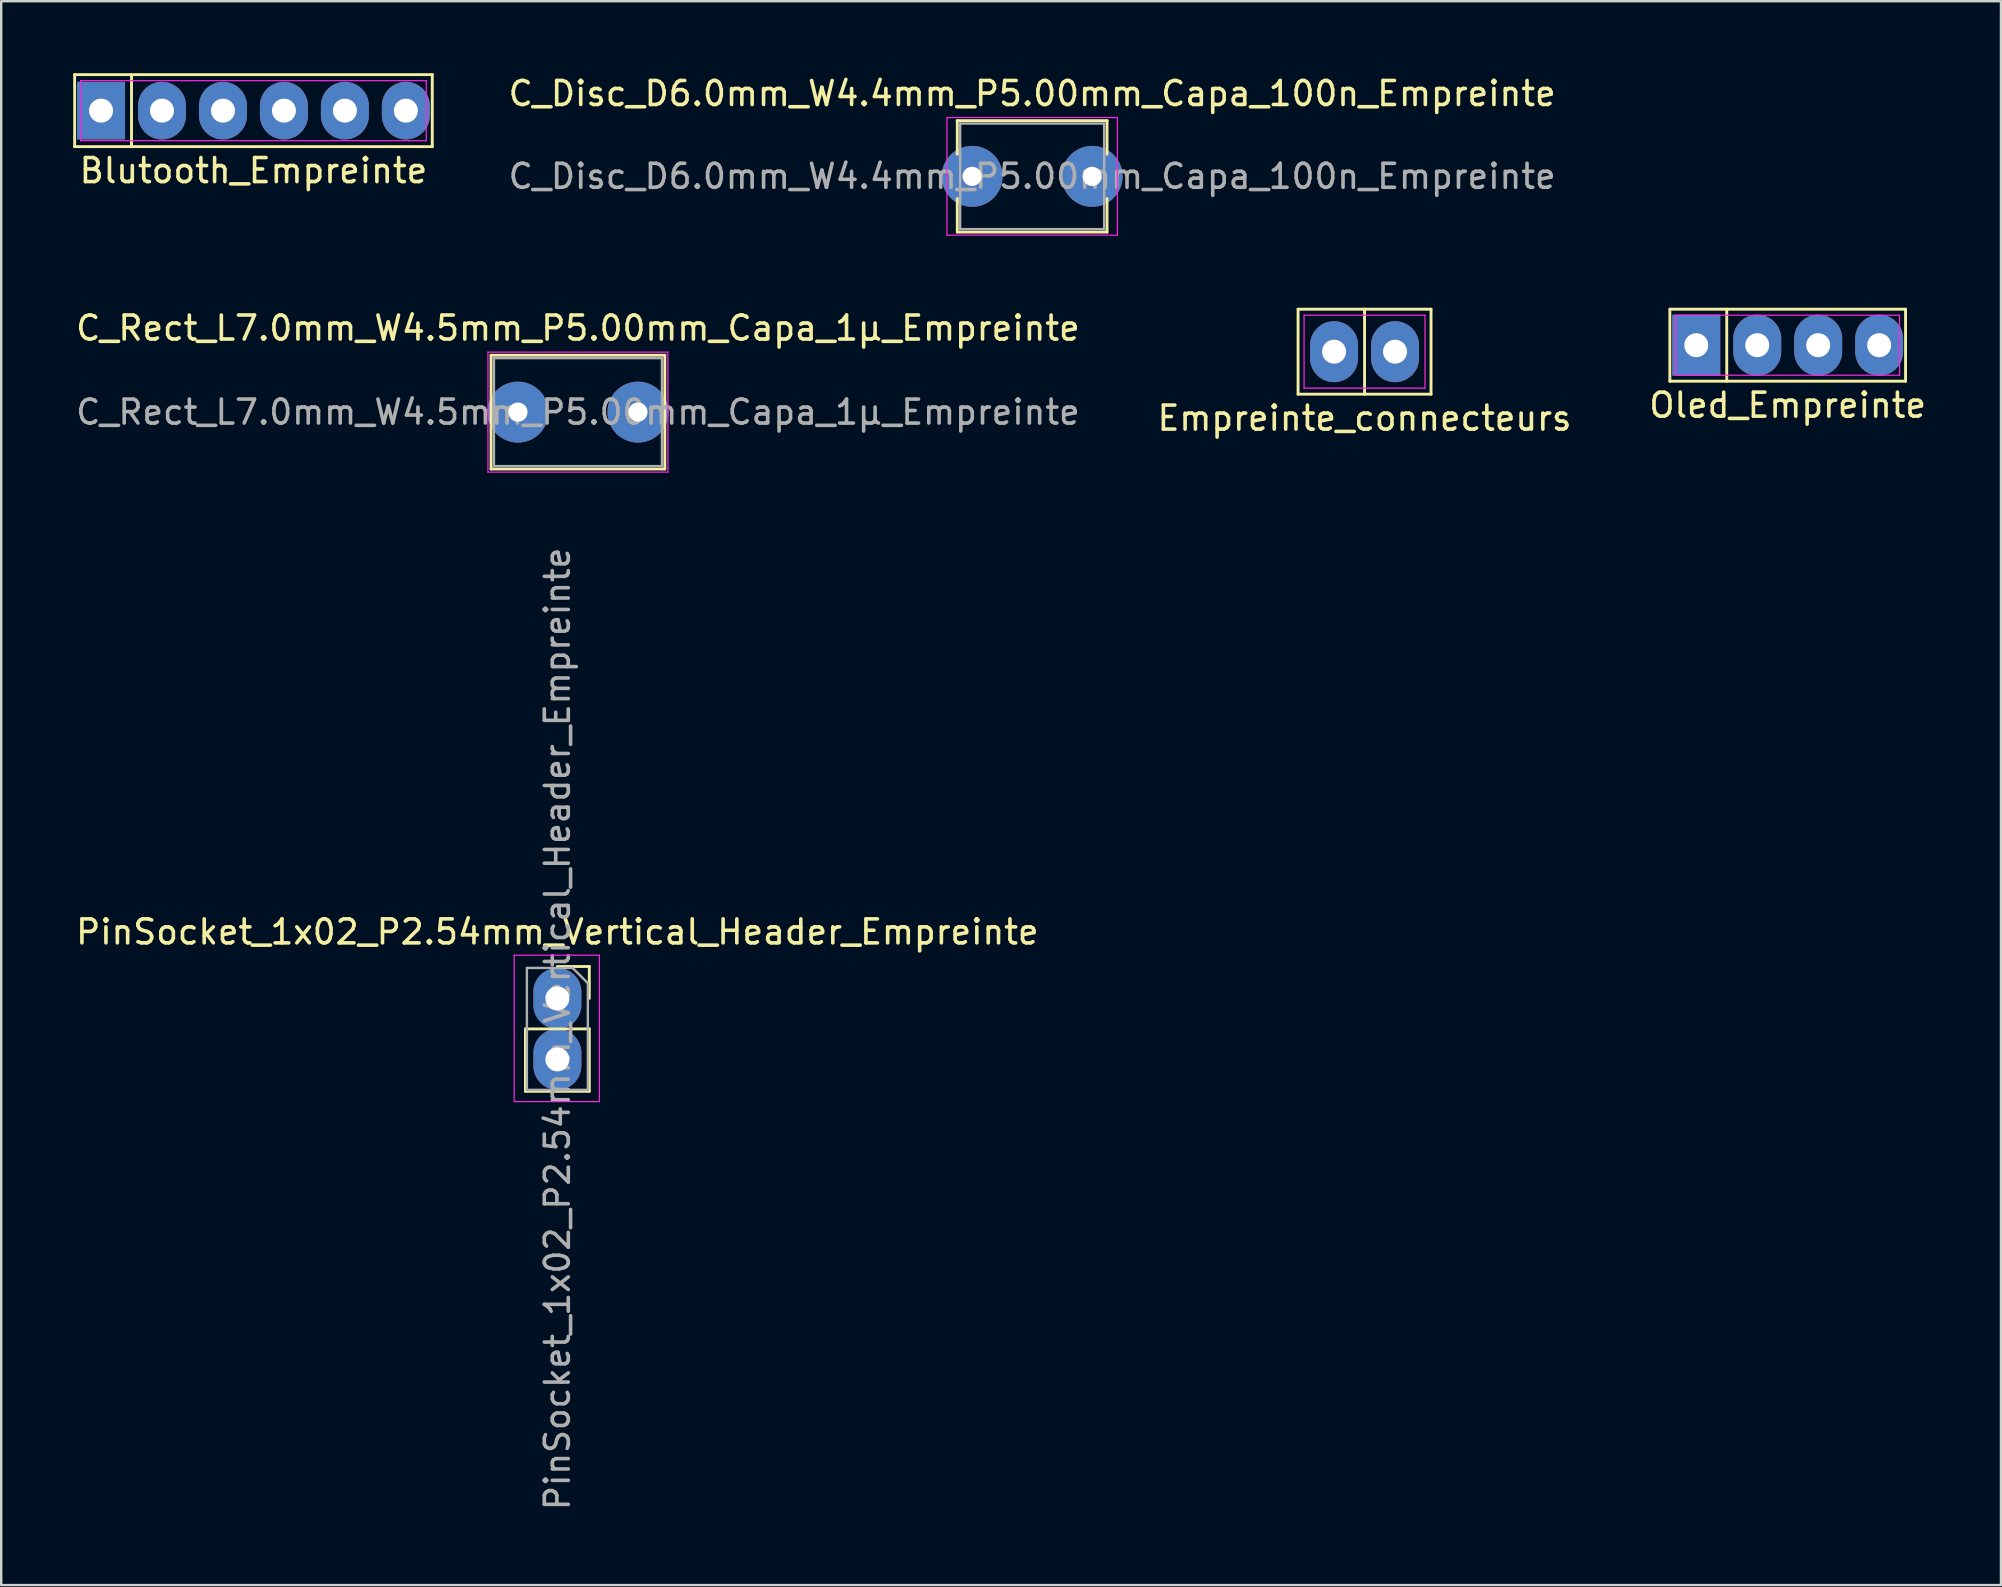
<source format=kicad_pcb>
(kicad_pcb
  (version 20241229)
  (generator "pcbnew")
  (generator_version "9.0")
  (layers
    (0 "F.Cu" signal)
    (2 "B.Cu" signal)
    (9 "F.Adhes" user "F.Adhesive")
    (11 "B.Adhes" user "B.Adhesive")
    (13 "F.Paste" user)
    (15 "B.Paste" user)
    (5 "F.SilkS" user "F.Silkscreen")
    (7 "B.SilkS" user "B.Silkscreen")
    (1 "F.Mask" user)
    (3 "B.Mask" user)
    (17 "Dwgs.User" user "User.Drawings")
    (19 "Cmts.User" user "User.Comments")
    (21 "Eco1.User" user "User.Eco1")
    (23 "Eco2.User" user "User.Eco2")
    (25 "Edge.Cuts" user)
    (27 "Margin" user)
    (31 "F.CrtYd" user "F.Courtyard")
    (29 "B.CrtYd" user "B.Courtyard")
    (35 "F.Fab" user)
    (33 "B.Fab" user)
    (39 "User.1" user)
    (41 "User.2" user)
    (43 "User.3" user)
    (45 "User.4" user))
  (footprint "Blutooth_Empreinte"
    (layer "F.Cu")
    (at 7.51 1.56)
    (property "Reference" "Blutooth_Empreinte" (at 0 2.5 0) (layer "F.SilkS") (effects (font (size 1 1) (thickness 0.15))))
    (attr through_hole)
    (fp_line (start -7.45 -1.5) (end 7.45 -1.5) (stroke (width 0.12) (type default)) (layer "F.SilkS"))
    (fp_line (start -7.45 1.5) (end -7.45 -1.5) (stroke (width 0.12) (type default)) (layer "F.SilkS"))
    (fp_line (start -5.08 -1.5) (end -5.08 1.5) (stroke (width 0.12) (type default)) (layer "F.SilkS"))
    (fp_line (start 7.45 -1.5) (end 7.45 1.5) (stroke (width 0.12) (type default)) (layer "F.SilkS"))
    (fp_line (start 7.45 1.5) (end -7.45 1.5) (stroke (width 0.12) (type default)) (layer "F.SilkS"))
    (fp_line (start -7.2 -1.25) (end 7.2 -1.25) (stroke (width 0.05) (type default)) (layer "F.CrtYd"))
    (fp_line (start -7.2 1.25) (end -7.2 -1.25) (stroke (width 0.05) (type default)) (layer "F.CrtYd"))
    (fp_line (start 7.2 -1.25) (end 7.2 1.25) (stroke (width 0.05) (type default)) (layer "F.CrtYd"))
    (fp_line (start 7.2 1.25) (end -7.2 1.25) (stroke (width 0.05) (type default)) (layer "F.CrtYd"))
    (pad "1" thru_hole rect (at -6.35 0) (size 2 2.4) (drill 1) (layers "*.Cu" "*.Mask"))
    (pad "2" thru_hole oval (at -3.81 0) (size 2 2.4) (drill 1) (layers "*.Cu" "*.Mask"))
    (pad "3" thru_hole oval (at -1.27 0) (size 2 2.4) (drill 1) (layers "*.Cu" "*.Mask"))
    (pad "4" thru_hole oval (at 1.27 0) (size 2 2.4) (drill 1) (layers "*.Cu" "*.Mask"))
    (pad "5" thru_hole oval (at 3.81 0) (size 2 2.4) (drill 1) (layers "*.Cu" "*.Mask"))
    (pad "6" thru_hole oval (at 6.35 0) (size 2 2.4) (drill 1) (layers "*.Cu" "*.Mask")))
  (footprint "PinSocket_1x02_P2.54mm_Vertical_Header_Empreinte"
    (layer "F.Cu")
    (at 20.173 38.549)
    (property "Reference" "PinSocket_1x02_P2.54mm_Vertical_Header_Empreinte" (at 0 -2.77 0) (layer "F.SilkS") (effects (font (size 1 1) (thickness 0.15))))
    (attr through_hole)
    (fp_line (start -1.33 1.27) (end -1.33 3.87) (stroke (width 0.12) (type solid)) (layer "F.SilkS"))
    (fp_line (start -1.33 1.27) (end 1.33 1.27) (stroke (width 0.12) (type solid)) (layer "F.SilkS"))
    (fp_line (start -1.33 3.87) (end 1.33 3.87) (stroke (width 0.12) (type solid)) (layer "F.SilkS"))
    (fp_line (start 0 -1.33) (end 1.33 -1.33) (stroke (width 0.12) (type solid)) (layer "F.SilkS"))
    (fp_line (start 1.33 -1.33) (end 1.33 0) (stroke (width 0.12) (type solid)) (layer "F.SilkS"))
    (fp_line (start 1.33 1.27) (end 1.33 3.87) (stroke (width 0.12) (type solid)) (layer "F.SilkS"))
    (fp_line (start -1.8 -1.8) (end 1.75 -1.8) (stroke (width 0.05) (type solid)) (layer "F.CrtYd"))
    (fp_line (start -1.8 4.3) (end -1.8 -1.8) (stroke (width 0.05) (type solid)) (layer "F.CrtYd"))
    (fp_line (start 1.75 -1.8) (end 1.75 4.3) (stroke (width 0.05) (type solid)) (layer "F.CrtYd"))
    (fp_line (start 1.75 4.3) (end -1.8 4.3) (stroke (width 0.05) (type solid)) (layer "F.CrtYd"))
    (fp_line (start -1.27 -1.27) (end 0.635 -1.27) (stroke (width 0.1) (type solid)) (layer "F.Fab"))
    (fp_line (start -1.27 3.81) (end -1.27 -1.27) (stroke (width 0.1) (type solid)) (layer "F.Fab"))
    (fp_line (start 0.635 -1.27) (end 1.27 -0.635) (stroke (width 0.1) (type solid)) (layer "F.Fab"))
    (fp_line (start 1.27 -0.635) (end 1.27 3.81) (stroke (width 0.1) (type solid)) (layer "F.Fab"))
    (fp_line (start 1.27 3.81) (end -1.27 3.81) (stroke (width 0.1) (type solid)) (layer "F.Fab"))
    (fp_text user "${REFERENCE}" (at 0 1.27 90) (layer "F.Fab") (effects (font (size 1 1) (thickness 0.15))))
    (pad "1" thru_hole oval (at 0 0) (size 2 2.54) (drill 1) (layers "*.Cu" "*.Mask"))
    (pad "2" thru_hole oval (at 0 2.54) (size 2 2.54) (drill 1) (layers "*.Cu" "*.Mask")))
  (footprint "C_Rect_L7.0mm_W4.5mm_P5.00mm_Capa_1µ_Empreinte"
    (layer "F.Cu")
    (at 18.53 14.121)
    (property "Reference" "C_Rect_L7.0mm_W4.5mm_P5.00mm_Capa_1µ_Empreinte" (at 2.5 -3.5 0) (layer "F.SilkS") (effects (font (size 1 1) (thickness 0.15))))
    (attr through_hole)
    (fp_line (start -1.12 -2.37) (end -1.12 2.37) (stroke (width 0.12) (type solid)) (layer "F.SilkS"))
    (fp_line (start -1.12 -2.37) (end 6.12 -2.37) (stroke (width 0.12) (type solid)) (layer "F.SilkS"))
    (fp_line (start -1.12 2.37) (end 6.12 2.37) (stroke (width 0.12) (type solid)) (layer "F.SilkS"))
    (fp_line (start 6.12 -2.37) (end 6.12 2.37) (stroke (width 0.12) (type solid)) (layer "F.SilkS"))
    (fp_line (start -1.25 -2.5) (end -1.25 2.5) (stroke (width 0.05) (type solid)) (layer "F.CrtYd"))
    (fp_line (start -1.25 2.5) (end 6.25 2.5) (stroke (width 0.05) (type solid)) (layer "F.CrtYd"))
    (fp_line (start 6.25 -2.5) (end -1.25 -2.5) (stroke (width 0.05) (type solid)) (layer "F.CrtYd"))
    (fp_line (start 6.25 2.5) (end 6.25 -2.5) (stroke (width 0.05) (type solid)) (layer "F.CrtYd"))
    (fp_line (start -1 -2.25) (end -1 2.25) (stroke (width 0.1) (type solid)) (layer "F.Fab"))
    (fp_line (start -1 2.25) (end 6 2.25) (stroke (width 0.1) (type solid)) (layer "F.Fab"))
    (fp_line (start 6 -2.25) (end -1 -2.25) (stroke (width 0.1) (type solid)) (layer "F.Fab"))
    (fp_line (start 6 2.25) (end 6 -2.25) (stroke (width 0.1) (type solid)) (layer "F.Fab"))
    (fp_text user "${REFERENCE}" (at 2.5 0 0) (layer "F.Fab") (effects (font (size 1 1) (thickness 0.15))))
    (pad "1" thru_hole circle (at 0 0) (size 2.54 2.54) (drill 0.8) (layers "*.Cu" "*.Mask"))
    (pad "2" thru_hole circle (at 5 0) (size 2.54 2.54) (drill 0.8) (layers "*.Cu" "*.Mask")))
  (footprint "Oled_Empreinte"
    (layer "F.Cu")
    (at 71.435 11.333)
    (property "Reference" "Oled_Empreinte" (at 0 2.5 0) (layer "F.SilkS") (effects (font (size 1 1) (thickness 0.15))))
    (attr through_hole)
    (fp_line (start -4.91 -1.5) (end 4.91 -1.5) (stroke (width 0.12) (type default)) (layer "F.SilkS"))
    (fp_line (start -4.91 1.5) (end -4.91 -1.5) (stroke (width 0.12) (type default)) (layer "F.SilkS"))
    (fp_line (start -2.54 -1.5) (end -2.54 1.5) (stroke (width 0.12) (type default)) (layer "F.SilkS"))
    (fp_line (start 4.91 -1.5) (end 4.91 1.5) (stroke (width 0.12) (type default)) (layer "F.SilkS"))
    (fp_line (start 4.91 1.5) (end -4.91 1.5) (stroke (width 0.12) (type default)) (layer "F.SilkS"))
    (fp_line (start -4.66 -1.25) (end 4.66 -1.25) (stroke (width 0.05) (type default)) (layer "F.CrtYd"))
    (fp_line (start -4.66 1.25) (end -4.66 -1.25) (stroke (width 0.05) (type default)) (layer "F.CrtYd"))
    (fp_line (start 4.66 -1.25) (end 4.66 1.25) (stroke (width 0.05) (type default)) (layer "F.CrtYd"))
    (fp_line (start 4.66 1.25) (end -4.66 1.25) (stroke (width 0.05) (type default)) (layer "F.CrtYd"))
    (pad "1" thru_hole rect (at -3.81 0) (size 2 2.54) (drill 1) (layers "*.Cu" "*.Mask"))
    (pad "2" thru_hole oval (at -1.27 0) (size 2 2.54) (drill 1) (layers "*.Cu" "*.Mask"))
    (pad "3" thru_hole oval (at 1.27 0) (size 2 2.54) (drill 1) (layers "*.Cu" "*.Mask"))
    (pad "4" thru_hole oval (at 3.81 0) (size 2 2.54) (drill 1) (layers "*.Cu" "*.Mask")))
  (footprint "Empreinte_connecteurs"
    (layer "F.Cu")
    (at 53.804 11.603)
    (property "Reference" "Empreinte_connecteurs" (at 0 2.77 0) (layer "F.SilkS") (effects (font (size 1 1) (thickness 0.15))))
    (attr through_hole)
    (fp_line (start -2.77 -1.77) (end 2.77 -1.77) (stroke (width 0.12) (type default)) (layer "F.SilkS"))
    (fp_line (start -2.77 1.77) (end -2.77 -1.77) (stroke (width 0.12) (type default)) (layer "F.SilkS"))
    (fp_line (start 0 -1.77) (end 0 1.77) (stroke (width 0.12) (type default)) (layer "F.SilkS"))
    (fp_line (start 2.77 -1.77) (end 2.77 1.77) (stroke (width 0.12) (type default)) (layer "F.SilkS"))
    (fp_line (start 2.77 1.77) (end -2.77 1.77) (stroke (width 0.12) (type default)) (layer "F.SilkS"))
    (fp_line (start -2.52 -1.52) (end 2.52 -1.52) (stroke (width 0.05) (type default)) (layer "F.CrtYd"))
    (fp_line (start -2.52 1.52) (end -2.52 -1.52) (stroke (width 0.05) (type default)) (layer "F.CrtYd"))
    (fp_line (start 2.52 -1.52) (end 2.52 1.52) (stroke (width 0.05) (type default)) (layer "F.CrtYd"))
    (fp_line (start 2.52 1.52) (end -2.52 1.52) (stroke (width 0.05) (type default)) (layer "F.CrtYd"))
    (pad "1" thru_hole oval (at -1.27 0) (size 2 2.54) (drill 1) (layers "*.Cu" "*.Mask"))
    (pad "2" thru_hole oval (at 1.27 0) (size 2 2.54) (drill 1) (layers "*.Cu" "*.Mask")))
  (footprint "C_Disc_D6.0mm_W4.4mm_P5.00mm_Capa_100n_Empreinte"
    (layer "F.Cu")
    (at 37.455 4.298)
    (property "Reference" "C_Disc_D6.0mm_W4.4mm_P5.00mm_Capa_100n_Empreinte" (at 2.5 -3.45 0) (layer "F.SilkS") (effects (font (size 1 1) (thickness 0.15))))
    (attr through_hole)
    (fp_line (start -0.62 -2.321) (end -0.62 -0.925) (stroke (width 0.12) (type solid)) (layer "F.SilkS"))
    (fp_line (start -0.62 -2.321) (end 5.62 -2.321) (stroke (width 0.12) (type solid)) (layer "F.SilkS"))
    (fp_line (start -0.62 0.925) (end -0.62 2.321) (stroke (width 0.12) (type solid)) (layer "F.SilkS"))
    (fp_line (start -0.62 2.321) (end 5.62 2.321) (stroke (width 0.12) (type solid)) (layer "F.SilkS"))
    (fp_line (start 5.62 -2.321) (end 5.62 -0.925) (stroke (width 0.12) (type solid)) (layer "F.SilkS"))
    (fp_line (start 5.62 0.925) (end 5.62 2.321) (stroke (width 0.12) (type solid)) (layer "F.SilkS"))
    (fp_line (start -1.05 -2.45) (end -1.05 2.45) (stroke (width 0.05) (type solid)) (layer "F.CrtYd"))
    (fp_line (start -1.05 2.45) (end 6.05 2.45) (stroke (width 0.05) (type solid)) (layer "F.CrtYd"))
    (fp_line (start 6.05 -2.45) (end -1.05 -2.45) (stroke (width 0.05) (type solid)) (layer "F.CrtYd"))
    (fp_line (start 6.05 2.45) (end 6.05 -2.45) (stroke (width 0.05) (type solid)) (layer "F.CrtYd"))
    (fp_line (start -0.5 -2.2) (end -0.5 2.2) (stroke (width 0.1) (type solid)) (layer "F.Fab"))
    (fp_line (start -0.5 2.2) (end 5.5 2.2) (stroke (width 0.1) (type solid)) (layer "F.Fab"))
    (fp_line (start 5.5 -2.2) (end -0.5 -2.2) (stroke (width 0.1) (type solid)) (layer "F.Fab"))
    (fp_line (start 5.5 2.2) (end 5.5 -2.2) (stroke (width 0.1) (type solid)) (layer "F.Fab"))
    (fp_text user "${REFERENCE}" (at 2.5 0 0) (layer "F.Fab") (effects (font (size 1 1) (thickness 0.15))))
    (pad "1" thru_hole circle (at 0 0) (size 2.54 2.54) (drill 0.8) (layers "*.Cu" "*.Mask"))
    (pad "2" thru_hole circle (at 5 0) (size 2.54 2.54) (drill 0.8) (layers "*.Cu" "*.Mask")))
  (gr_rect
    (start -3 -3)
    (end 80.321 62.992)
    (stroke (width 0.1) (type default))
    (fill no)
    (layer "Edge.Cuts")))
</source>
